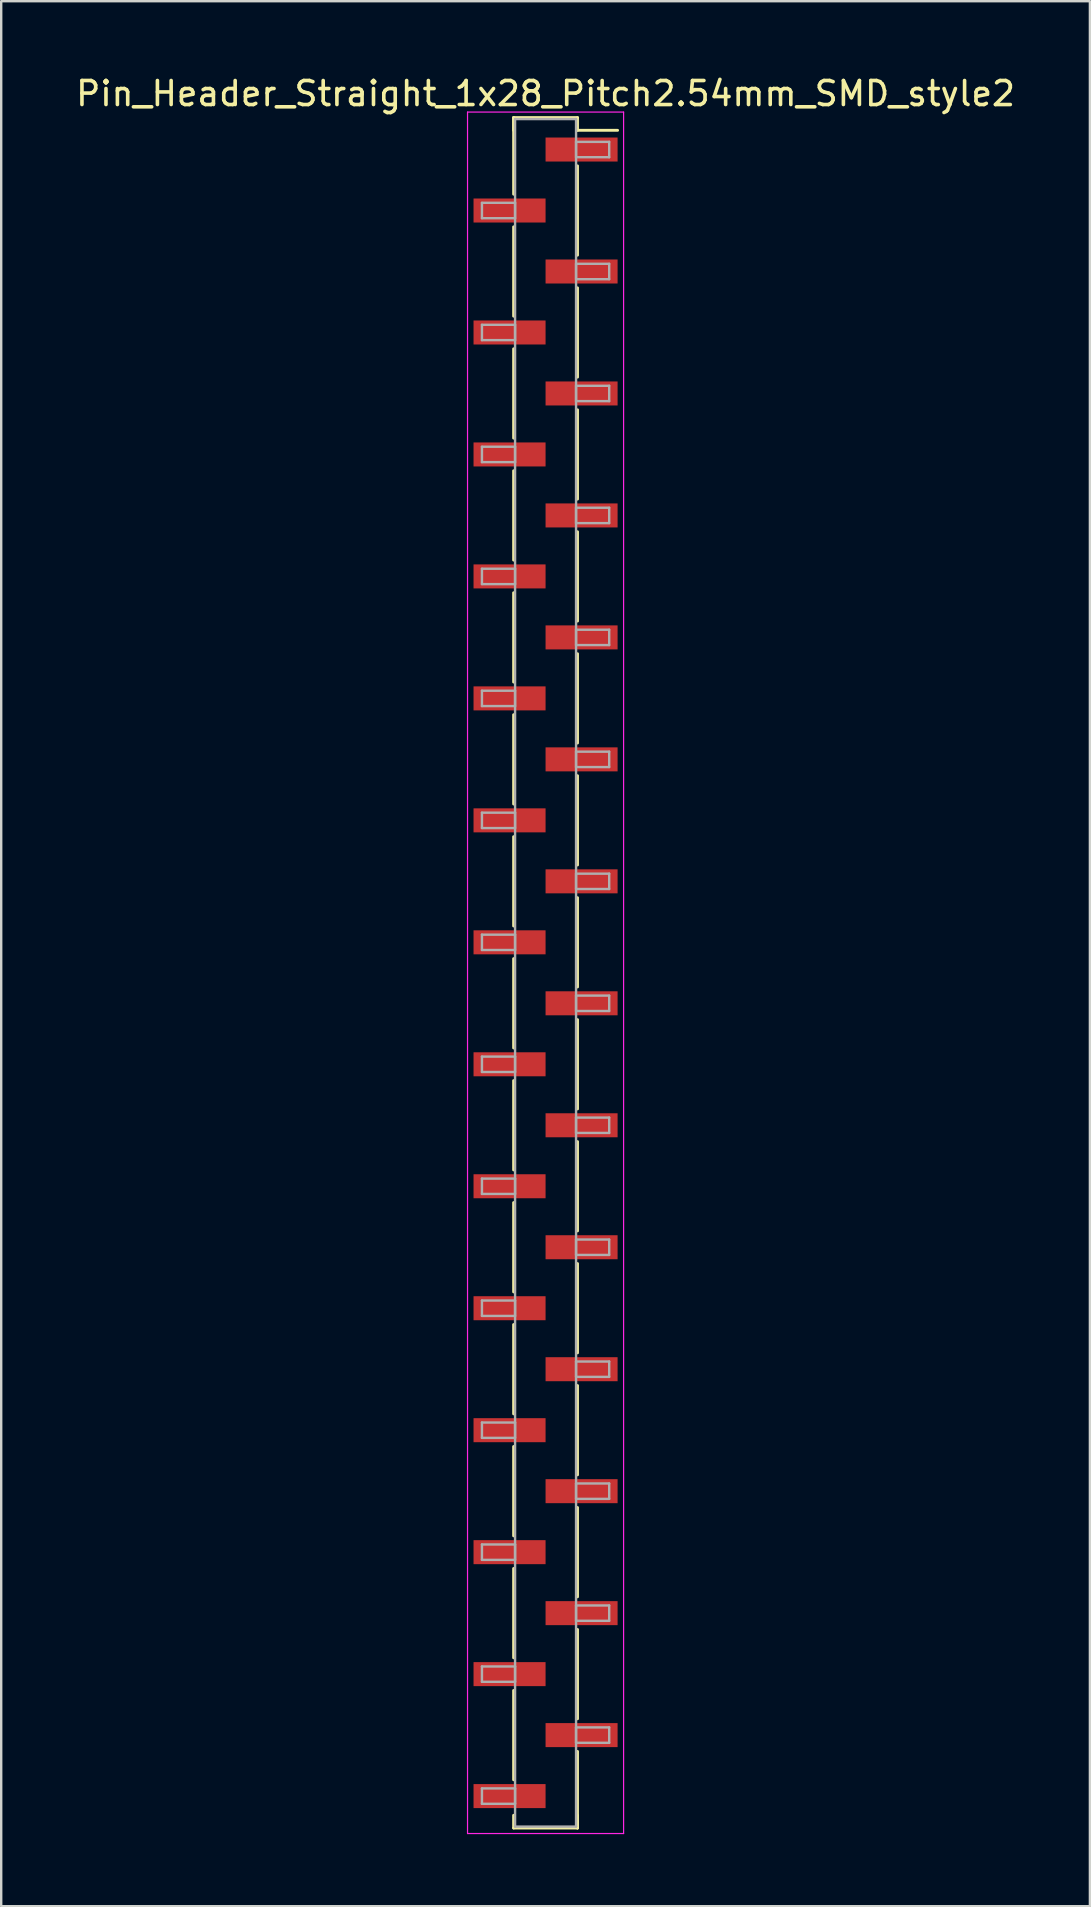
<source format=kicad_pcb>
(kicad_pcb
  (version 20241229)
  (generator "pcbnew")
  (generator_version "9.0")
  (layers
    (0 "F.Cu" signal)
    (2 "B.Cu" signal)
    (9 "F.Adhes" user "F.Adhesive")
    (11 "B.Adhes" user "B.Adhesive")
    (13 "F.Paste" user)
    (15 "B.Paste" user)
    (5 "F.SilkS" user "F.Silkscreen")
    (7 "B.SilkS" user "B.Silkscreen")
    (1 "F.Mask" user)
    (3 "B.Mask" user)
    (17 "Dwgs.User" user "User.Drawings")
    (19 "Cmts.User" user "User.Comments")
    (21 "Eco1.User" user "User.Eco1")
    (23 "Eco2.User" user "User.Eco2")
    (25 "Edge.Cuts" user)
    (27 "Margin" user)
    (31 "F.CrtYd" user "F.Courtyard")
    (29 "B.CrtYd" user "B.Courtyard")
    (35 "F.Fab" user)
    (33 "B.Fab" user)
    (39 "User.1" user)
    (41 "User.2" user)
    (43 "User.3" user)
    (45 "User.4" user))
  (footprint "Pin_Header_Straight_1x28_Pitch2.54mm_SMD_style2"
    (layer "F.Cu")
    (at 19.673 37.468)
    (property "Reference" "Pin_Header_Straight_1x28_Pitch2.54mm_SMD_style2" (at 0 -36.62 0) (layer "F.SilkS") (effects (font (size 1 1) (thickness 0.15))))
    (attr smd)
    (fp_line (start -1.33 -35.62) (end -1.33 -32.43) (stroke (width 0.12) (type solid)) (layer "F.SilkS"))
    (fp_line (start -1.33 -35.62) (end 1.33 -35.62) (stroke (width 0.12) (type solid)) (layer "F.SilkS"))
    (fp_line (start -1.33 -35.09) (end -1.33 -35.62) (stroke (width 0.12) (type solid)) (layer "F.SilkS"))
    (fp_line (start -1.33 -31.07) (end -1.33 -27.35) (stroke (width 0.12) (type solid)) (layer "F.SilkS"))
    (fp_line (start -1.33 -25.99) (end -1.33 -22.27) (stroke (width 0.12) (type solid)) (layer "F.SilkS"))
    (fp_line (start -1.33 -20.91) (end -1.33 -17.19) (stroke (width 0.12) (type solid)) (layer "F.SilkS"))
    (fp_line (start -1.33 -15.83) (end -1.33 -12.11) (stroke (width 0.12) (type solid)) (layer "F.SilkS"))
    (fp_line (start -1.33 -10.75) (end -1.33 -7.03) (stroke (width 0.12) (type solid)) (layer "F.SilkS"))
    (fp_line (start -1.33 -5.67) (end -1.33 -1.95) (stroke (width 0.12) (type solid)) (layer "F.SilkS"))
    (fp_line (start -1.33 -0.59) (end -1.33 3.13) (stroke (width 0.12) (type solid)) (layer "F.SilkS"))
    (fp_line (start -1.33 4.49) (end -1.33 8.21) (stroke (width 0.12) (type solid)) (layer "F.SilkS"))
    (fp_line (start -1.33 9.57) (end -1.33 13.29) (stroke (width 0.12) (type solid)) (layer "F.SilkS"))
    (fp_line (start -1.33 14.65) (end -1.33 18.37) (stroke (width 0.12) (type solid)) (layer "F.SilkS"))
    (fp_line (start -1.33 19.73) (end -1.33 23.45) (stroke (width 0.12) (type solid)) (layer "F.SilkS"))
    (fp_line (start -1.33 24.81) (end -1.33 28.53) (stroke (width 0.12) (type solid)) (layer "F.SilkS"))
    (fp_line (start -1.33 29.89) (end -1.33 33.61) (stroke (width 0.12) (type solid)) (layer "F.SilkS"))
    (fp_line (start -1.33 35.09) (end -1.33 35.62) (stroke (width 0.12) (type solid)) (layer "F.SilkS"))
    (fp_line (start -1.33 35.62) (end 1.33 35.62) (stroke (width 0.12) (type solid)) (layer "F.SilkS"))
    (fp_line (start 1.33 -35.62) (end 1.33 -35.09) (stroke (width 0.12) (type solid)) (layer "F.SilkS"))
    (fp_line (start 1.33 -35.09) (end 3 -35.09) (stroke (width 0.12) (type solid)) (layer "F.SilkS"))
    (fp_line (start 1.33 -33.61) (end 1.33 -29.89) (stroke (width 0.12) (type solid)) (layer "F.SilkS"))
    (fp_line (start 1.33 -28.53) (end 1.33 -24.81) (stroke (width 0.12) (type solid)) (layer "F.SilkS"))
    (fp_line (start 1.33 -23.45) (end 1.33 -19.73) (stroke (width 0.12) (type solid)) (layer "F.SilkS"))
    (fp_line (start 1.33 -18.37) (end 1.33 -14.65) (stroke (width 0.12) (type solid)) (layer "F.SilkS"))
    (fp_line (start 1.33 -13.29) (end 1.33 -9.57) (stroke (width 0.12) (type solid)) (layer "F.SilkS"))
    (fp_line (start 1.33 -8.21) (end 1.33 -4.49) (stroke (width 0.12) (type solid)) (layer "F.SilkS"))
    (fp_line (start 1.33 -3.13) (end 1.33 0.59) (stroke (width 0.12) (type solid)) (layer "F.SilkS"))
    (fp_line (start 1.33 1.95) (end 1.33 5.67) (stroke (width 0.12) (type solid)) (layer "F.SilkS"))
    (fp_line (start 1.33 7.03) (end 1.33 10.75) (stroke (width 0.12) (type solid)) (layer "F.SilkS"))
    (fp_line (start 1.33 12.11) (end 1.33 15.83) (stroke (width 0.12) (type solid)) (layer "F.SilkS"))
    (fp_line (start 1.33 17.19) (end 1.33 20.91) (stroke (width 0.12) (type solid)) (layer "F.SilkS"))
    (fp_line (start 1.33 22.27) (end 1.33 25.99) (stroke (width 0.12) (type solid)) (layer "F.SilkS"))
    (fp_line (start 1.33 27.35) (end 1.33 31.07) (stroke (width 0.12) (type solid)) (layer "F.SilkS"))
    (fp_line (start 1.33 32.43) (end 1.33 35.62) (stroke (width 0.12) (type solid)) (layer "F.SilkS"))
    (fp_line (start 1.33 35.62) (end 1.33 35.09) (stroke (width 0.12) (type solid)) (layer "F.SilkS"))
    (fp_line (start -3.25 -35.85) (end -3.25 35.85) (stroke (width 0.05) (type solid)) (layer "F.CrtYd"))
    (fp_line (start -3.25 35.85) (end 3.25 35.85) (stroke (width 0.05) (type solid)) (layer "F.CrtYd"))
    (fp_line (start 3.25 -35.85) (end -3.25 -35.85) (stroke (width 0.05) (type solid)) (layer "F.CrtYd"))
    (fp_line (start 3.25 35.85) (end 3.25 -35.85) (stroke (width 0.05) (type solid)) (layer "F.CrtYd"))
    (fp_line (start -2.65 -32.07) (end -1.27 -32.07) (stroke (width 0.1) (type solid)) (layer "F.Fab"))
    (fp_line (start -2.65 -31.43) (end -2.65 -32.07) (stroke (width 0.1) (type solid)) (layer "F.Fab"))
    (fp_line (start -2.65 -26.99) (end -1.27 -26.99) (stroke (width 0.1) (type solid)) (layer "F.Fab"))
    (fp_line (start -2.65 -26.35) (end -2.65 -26.99) (stroke (width 0.1) (type solid)) (layer "F.Fab"))
    (fp_line (start -2.65 -21.91) (end -1.27 -21.91) (stroke (width 0.1) (type solid)) (layer "F.Fab"))
    (fp_line (start -2.65 -21.27) (end -2.65 -21.91) (stroke (width 0.1) (type solid)) (layer "F.Fab"))
    (fp_line (start -2.65 -16.83) (end -1.27 -16.83) (stroke (width 0.1) (type solid)) (layer "F.Fab"))
    (fp_line (start -2.65 -16.19) (end -2.65 -16.83) (stroke (width 0.1) (type solid)) (layer "F.Fab"))
    (fp_line (start -2.65 -11.75) (end -1.27 -11.75) (stroke (width 0.1) (type solid)) (layer "F.Fab"))
    (fp_line (start -2.65 -11.11) (end -2.65 -11.75) (stroke (width 0.1) (type solid)) (layer "F.Fab"))
    (fp_line (start -2.65 -6.67) (end -1.27 -6.67) (stroke (width 0.1) (type solid)) (layer "F.Fab"))
    (fp_line (start -2.65 -6.03) (end -2.65 -6.67) (stroke (width 0.1) (type solid)) (layer "F.Fab"))
    (fp_line (start -2.65 -1.59) (end -1.27 -1.59) (stroke (width 0.1) (type solid)) (layer "F.Fab"))
    (fp_line (start -2.65 -0.95) (end -2.65 -1.59) (stroke (width 0.1) (type solid)) (layer "F.Fab"))
    (fp_line (start -2.65 3.49) (end -1.27 3.49) (stroke (width 0.1) (type solid)) (layer "F.Fab"))
    (fp_line (start -2.65 4.13) (end -2.65 3.49) (stroke (width 0.1) (type solid)) (layer "F.Fab"))
    (fp_line (start -2.65 8.57) (end -1.27 8.57) (stroke (width 0.1) (type solid)) (layer "F.Fab"))
    (fp_line (start -2.65 9.21) (end -2.65 8.57) (stroke (width 0.1) (type solid)) (layer "F.Fab"))
    (fp_line (start -2.65 13.65) (end -1.27 13.65) (stroke (width 0.1) (type solid)) (layer "F.Fab"))
    (fp_line (start -2.65 14.29) (end -2.65 13.65) (stroke (width 0.1) (type solid)) (layer "F.Fab"))
    (fp_line (start -2.65 18.73) (end -1.27 18.73) (stroke (width 0.1) (type solid)) (layer "F.Fab"))
    (fp_line (start -2.65 19.37) (end -2.65 18.73) (stroke (width 0.1) (type solid)) (layer "F.Fab"))
    (fp_line (start -2.65 23.81) (end -1.27 23.81) (stroke (width 0.1) (type solid)) (layer "F.Fab"))
    (fp_line (start -2.65 24.45) (end -2.65 23.81) (stroke (width 0.1) (type solid)) (layer "F.Fab"))
    (fp_line (start -2.65 28.89) (end -1.27 28.89) (stroke (width 0.1) (type solid)) (layer "F.Fab"))
    (fp_line (start -2.65 29.53) (end -2.65 28.89) (stroke (width 0.1) (type solid)) (layer "F.Fab"))
    (fp_line (start -2.65 33.97) (end -1.27 33.97) (stroke (width 0.1) (type solid)) (layer "F.Fab"))
    (fp_line (start -2.65 34.61) (end -2.65 33.97) (stroke (width 0.1) (type solid)) (layer "F.Fab"))
    (fp_line (start -1.27 -35.56) (end -1.27 35.56) (stroke (width 0.1) (type solid)) (layer "F.Fab"))
    (fp_line (start -1.27 -32.07) (end -1.27 -31.43) (stroke (width 0.1) (type solid)) (layer "F.Fab"))
    (fp_line (start -1.27 -31.43) (end -2.65 -31.43) (stroke (width 0.1) (type solid)) (layer "F.Fab"))
    (fp_line (start -1.27 -26.99) (end -1.27 -26.35) (stroke (width 0.1) (type solid)) (layer "F.Fab"))
    (fp_line (start -1.27 -26.35) (end -2.65 -26.35) (stroke (width 0.1) (type solid)) (layer "F.Fab"))
    (fp_line (start -1.27 -21.91) (end -1.27 -21.27) (stroke (width 0.1) (type solid)) (layer "F.Fab"))
    (fp_line (start -1.27 -21.27) (end -2.65 -21.27) (stroke (width 0.1) (type solid)) (layer "F.Fab"))
    (fp_line (start -1.27 -16.83) (end -1.27 -16.19) (stroke (width 0.1) (type solid)) (layer "F.Fab"))
    (fp_line (start -1.27 -16.19) (end -2.65 -16.19) (stroke (width 0.1) (type solid)) (layer "F.Fab"))
    (fp_line (start -1.27 -11.75) (end -1.27 -11.11) (stroke (width 0.1) (type solid)) (layer "F.Fab"))
    (fp_line (start -1.27 -11.11) (end -2.65 -11.11) (stroke (width 0.1) (type solid)) (layer "F.Fab"))
    (fp_line (start -1.27 -6.67) (end -1.27 -6.03) (stroke (width 0.1) (type solid)) (layer "F.Fab"))
    (fp_line (start -1.27 -6.03) (end -2.65 -6.03) (stroke (width 0.1) (type solid)) (layer "F.Fab"))
    (fp_line (start -1.27 -1.59) (end -1.27 -0.95) (stroke (width 0.1) (type solid)) (layer "F.Fab"))
    (fp_line (start -1.27 -0.95) (end -2.65 -0.95) (stroke (width 0.1) (type solid)) (layer "F.Fab"))
    (fp_line (start -1.27 3.49) (end -1.27 4.13) (stroke (width 0.1) (type solid)) (layer "F.Fab"))
    (fp_line (start -1.27 4.13) (end -2.65 4.13) (stroke (width 0.1) (type solid)) (layer "F.Fab"))
    (fp_line (start -1.27 8.57) (end -1.27 9.21) (stroke (width 0.1) (type solid)) (layer "F.Fab"))
    (fp_line (start -1.27 9.21) (end -2.65 9.21) (stroke (width 0.1) (type solid)) (layer "F.Fab"))
    (fp_line (start -1.27 13.65) (end -1.27 14.29) (stroke (width 0.1) (type solid)) (layer "F.Fab"))
    (fp_line (start -1.27 14.29) (end -2.65 14.29) (stroke (width 0.1) (type solid)) (layer "F.Fab"))
    (fp_line (start -1.27 18.73) (end -1.27 19.37) (stroke (width 0.1) (type solid)) (layer "F.Fab"))
    (fp_line (start -1.27 19.37) (end -2.65 19.37) (stroke (width 0.1) (type solid)) (layer "F.Fab"))
    (fp_line (start -1.27 23.81) (end -1.27 24.45) (stroke (width 0.1) (type solid)) (layer "F.Fab"))
    (fp_line (start -1.27 24.45) (end -2.65 24.45) (stroke (width 0.1) (type solid)) (layer "F.Fab"))
    (fp_line (start -1.27 28.89) (end -1.27 29.53) (stroke (width 0.1) (type solid)) (layer "F.Fab"))
    (fp_line (start -1.27 29.53) (end -2.65 29.53) (stroke (width 0.1) (type solid)) (layer "F.Fab"))
    (fp_line (start -1.27 33.97) (end -1.27 34.61) (stroke (width 0.1) (type solid)) (layer "F.Fab"))
    (fp_line (start -1.27 34.61) (end -2.65 34.61) (stroke (width 0.1) (type solid)) (layer "F.Fab"))
    (fp_line (start -1.27 35.56) (end 1.27 35.56) (stroke (width 0.1) (type solid)) (layer "F.Fab"))
    (fp_line (start 1.27 -35.56) (end -1.27 -35.56) (stroke (width 0.1) (type solid)) (layer "F.Fab"))
    (fp_line (start 1.27 -34.61) (end 1.27 -33.97) (stroke (width 0.1) (type solid)) (layer "F.Fab"))
    (fp_line (start 1.27 -33.97) (end 2.65 -33.97) (stroke (width 0.1) (type solid)) (layer "F.Fab"))
    (fp_line (start 1.27 -29.53) (end 1.27 -28.89) (stroke (width 0.1) (type solid)) (layer "F.Fab"))
    (fp_line (start 1.27 -28.89) (end 2.65 -28.89) (stroke (width 0.1) (type solid)) (layer "F.Fab"))
    (fp_line (start 1.27 -24.45) (end 1.27 -23.81) (stroke (width 0.1) (type solid)) (layer "F.Fab"))
    (fp_line (start 1.27 -23.81) (end 2.65 -23.81) (stroke (width 0.1) (type solid)) (layer "F.Fab"))
    (fp_line (start 1.27 -19.37) (end 1.27 -18.73) (stroke (width 0.1) (type solid)) (layer "F.Fab"))
    (fp_line (start 1.27 -18.73) (end 2.65 -18.73) (stroke (width 0.1) (type solid)) (layer "F.Fab"))
    (fp_line (start 1.27 -14.29) (end 1.27 -13.65) (stroke (width 0.1) (type solid)) (layer "F.Fab"))
    (fp_line (start 1.27 -13.65) (end 2.65 -13.65) (stroke (width 0.1) (type solid)) (layer "F.Fab"))
    (fp_line (start 1.27 -9.21) (end 1.27 -8.57) (stroke (width 0.1) (type solid)) (layer "F.Fab"))
    (fp_line (start 1.27 -8.57) (end 2.65 -8.57) (stroke (width 0.1) (type solid)) (layer "F.Fab"))
    (fp_line (start 1.27 -4.13) (end 1.27 -3.49) (stroke (width 0.1) (type solid)) (layer "F.Fab"))
    (fp_line (start 1.27 -3.49) (end 2.65 -3.49) (stroke (width 0.1) (type solid)) (layer "F.Fab"))
    (fp_line (start 1.27 0.95) (end 1.27 1.59) (stroke (width 0.1) (type solid)) (layer "F.Fab"))
    (fp_line (start 1.27 1.59) (end 2.65 1.59) (stroke (width 0.1) (type solid)) (layer "F.Fab"))
    (fp_line (start 1.27 6.03) (end 1.27 6.67) (stroke (width 0.1) (type solid)) (layer "F.Fab"))
    (fp_line (start 1.27 6.67) (end 2.65 6.67) (stroke (width 0.1) (type solid)) (layer "F.Fab"))
    (fp_line (start 1.27 11.11) (end 1.27 11.75) (stroke (width 0.1) (type solid)) (layer "F.Fab"))
    (fp_line (start 1.27 11.75) (end 2.65 11.75) (stroke (width 0.1) (type solid)) (layer "F.Fab"))
    (fp_line (start 1.27 16.19) (end 1.27 16.83) (stroke (width 0.1) (type solid)) (layer "F.Fab"))
    (fp_line (start 1.27 16.83) (end 2.65 16.83) (stroke (width 0.1) (type solid)) (layer "F.Fab"))
    (fp_line (start 1.27 21.27) (end 1.27 21.91) (stroke (width 0.1) (type solid)) (layer "F.Fab"))
    (fp_line (start 1.27 21.91) (end 2.65 21.91) (stroke (width 0.1) (type solid)) (layer "F.Fab"))
    (fp_line (start 1.27 26.35) (end 1.27 26.99) (stroke (width 0.1) (type solid)) (layer "F.Fab"))
    (fp_line (start 1.27 26.99) (end 2.65 26.99) (stroke (width 0.1) (type solid)) (layer "F.Fab"))
    (fp_line (start 1.27 31.43) (end 1.27 32.07) (stroke (width 0.1) (type solid)) (layer "F.Fab"))
    (fp_line (start 1.27 32.07) (end 2.65 32.07) (stroke (width 0.1) (type solid)) (layer "F.Fab"))
    (fp_line (start 1.27 35.56) (end 1.27 -35.56) (stroke (width 0.1) (type solid)) (layer "F.Fab"))
    (fp_line (start 2.65 -34.61) (end 1.27 -34.61) (stroke (width 0.1) (type solid)) (layer "F.Fab"))
    (fp_line (start 2.65 -33.97) (end 2.65 -34.61) (stroke (width 0.1) (type solid)) (layer "F.Fab"))
    (fp_line (start 2.65 -29.53) (end 1.27 -29.53) (stroke (width 0.1) (type solid)) (layer "F.Fab"))
    (fp_line (start 2.65 -28.89) (end 2.65 -29.53) (stroke (width 0.1) (type solid)) (layer "F.Fab"))
    (fp_line (start 2.65 -24.45) (end 1.27 -24.45) (stroke (width 0.1) (type solid)) (layer "F.Fab"))
    (fp_line (start 2.65 -23.81) (end 2.65 -24.45) (stroke (width 0.1) (type solid)) (layer "F.Fab"))
    (fp_line (start 2.65 -19.37) (end 1.27 -19.37) (stroke (width 0.1) (type solid)) (layer "F.Fab"))
    (fp_line (start 2.65 -18.73) (end 2.65 -19.37) (stroke (width 0.1) (type solid)) (layer "F.Fab"))
    (fp_line (start 2.65 -14.29) (end 1.27 -14.29) (stroke (width 0.1) (type solid)) (layer "F.Fab"))
    (fp_line (start 2.65 -13.65) (end 2.65 -14.29) (stroke (width 0.1) (type solid)) (layer "F.Fab"))
    (fp_line (start 2.65 -9.21) (end 1.27 -9.21) (stroke (width 0.1) (type solid)) (layer "F.Fab"))
    (fp_line (start 2.65 -8.57) (end 2.65 -9.21) (stroke (width 0.1) (type solid)) (layer "F.Fab"))
    (fp_line (start 2.65 -4.13) (end 1.27 -4.13) (stroke (width 0.1) (type solid)) (layer "F.Fab"))
    (fp_line (start 2.65 -3.49) (end 2.65 -4.13) (stroke (width 0.1) (type solid)) (layer "F.Fab"))
    (fp_line (start 2.65 0.95) (end 1.27 0.95) (stroke (width 0.1) (type solid)) (layer "F.Fab"))
    (fp_line (start 2.65 1.59) (end 2.65 0.95) (stroke (width 0.1) (type solid)) (layer "F.Fab"))
    (fp_line (start 2.65 6.03) (end 1.27 6.03) (stroke (width 0.1) (type solid)) (layer "F.Fab"))
    (fp_line (start 2.65 6.67) (end 2.65 6.03) (stroke (width 0.1) (type solid)) (layer "F.Fab"))
    (fp_line (start 2.65 11.11) (end 1.27 11.11) (stroke (width 0.1) (type solid)) (layer "F.Fab"))
    (fp_line (start 2.65 11.75) (end 2.65 11.11) (stroke (width 0.1) (type solid)) (layer "F.Fab"))
    (fp_line (start 2.65 16.19) (end 1.27 16.19) (stroke (width 0.1) (type solid)) (layer "F.Fab"))
    (fp_line (start 2.65 16.83) (end 2.65 16.19) (stroke (width 0.1) (type solid)) (layer "F.Fab"))
    (fp_line (start 2.65 21.27) (end 1.27 21.27) (stroke (width 0.1) (type solid)) (layer "F.Fab"))
    (fp_line (start 2.65 21.91) (end 2.65 21.27) (stroke (width 0.1) (type solid)) (layer "F.Fab"))
    (fp_line (start 2.65 26.35) (end 1.27 26.35) (stroke (width 0.1) (type solid)) (layer "F.Fab"))
    (fp_line (start 2.65 26.99) (end 2.65 26.35) (stroke (width 0.1) (type solid)) (layer "F.Fab"))
    (fp_line (start 2.65 31.43) (end 1.27 31.43) (stroke (width 0.1) (type solid)) (layer "F.Fab"))
    (fp_line (start 2.65 32.07) (end 2.65 31.43) (stroke (width 0.1) (type solid)) (layer "F.Fab"))
    (pad "1" smd rect (at 1.5 -34.29) (size 3 1) (layers "F.Cu" "F.Mask"))
    (pad "2" smd rect (at -1.5 -31.75) (size 3 1) (layers "F.Cu" "F.Mask"))
    (pad "3" smd rect (at 1.5 -29.21) (size 3 1) (layers "F.Cu" "F.Mask"))
    (pad "4" smd rect (at -1.5 -26.67) (size 3 1) (layers "F.Cu" "F.Mask"))
    (pad "5" smd rect (at 1.5 -24.13) (size 3 1) (layers "F.Cu" "F.Mask"))
    (pad "6" smd rect (at -1.5 -21.59) (size 3 1) (layers "F.Cu" "F.Mask"))
    (pad "7" smd rect (at 1.5 -19.05) (size 3 1) (layers "F.Cu" "F.Mask"))
    (pad "8" smd rect (at -1.5 -16.51) (size 3 1) (layers "F.Cu" "F.Mask"))
    (pad "9" smd rect (at 1.5 -13.97) (size 3 1) (layers "F.Cu" "F.Mask"))
    (pad "10" smd rect (at -1.5 -11.43) (size 3 1) (layers "F.Cu" "F.Mask"))
    (pad "11" smd rect (at 1.5 -8.89) (size 3 1) (layers "F.Cu" "F.Mask"))
    (pad "12" smd rect (at -1.5 -6.35) (size 3 1) (layers "F.Cu" "F.Mask"))
    (pad "13" smd rect (at 1.5 -3.81) (size 3 1) (layers "F.Cu" "F.Mask"))
    (pad "14" smd rect (at -1.5 -1.27) (size 3 1) (layers "F.Cu" "F.Mask"))
    (pad "15" smd rect (at 1.5 1.27) (size 3 1) (layers "F.Cu" "F.Mask"))
    (pad "16" smd rect (at -1.5 3.81) (size 3 1) (layers "F.Cu" "F.Mask"))
    (pad "17" smd rect (at 1.5 6.35) (size 3 1) (layers "F.Cu" "F.Mask"))
    (pad "18" smd rect (at -1.5 8.89) (size 3 1) (layers "F.Cu" "F.Mask"))
    (pad "19" smd rect (at 1.5 11.43) (size 3 1) (layers "F.Cu" "F.Mask"))
    (pad "20" smd rect (at -1.5 13.97) (size 3 1) (layers "F.Cu" "F.Mask"))
    (pad "21" smd rect (at 1.5 16.51) (size 3 1) (layers "F.Cu" "F.Mask"))
    (pad "22" smd rect (at -1.5 19.05) (size 3 1) (layers "F.Cu" "F.Mask"))
    (pad "23" smd rect (at 1.5 21.59) (size 3 1) (layers "F.Cu" "F.Mask"))
    (pad "24" smd rect (at -1.5 24.13) (size 3 1) (layers "F.Cu" "F.Mask"))
    (pad "25" smd rect (at 1.5 26.67) (size 3 1) (layers "F.Cu" "F.Mask"))
    (pad "26" smd rect (at -1.5 29.21) (size 3 1) (layers "F.Cu" "F.Mask"))
    (pad "27" smd rect (at 1.5 31.75) (size 3 1) (layers "F.Cu" "F.Mask"))
    (pad "28" smd rect (at -1.5 34.29) (size 3 1) (layers "F.Cu" "F.Mask")))
  (gr_rect
    (start -3 -3)
    (end 42.345 76.343)
    (stroke (width 0.1) (type default))
    (fill no)
    (layer "Edge.Cuts")))
</source>
